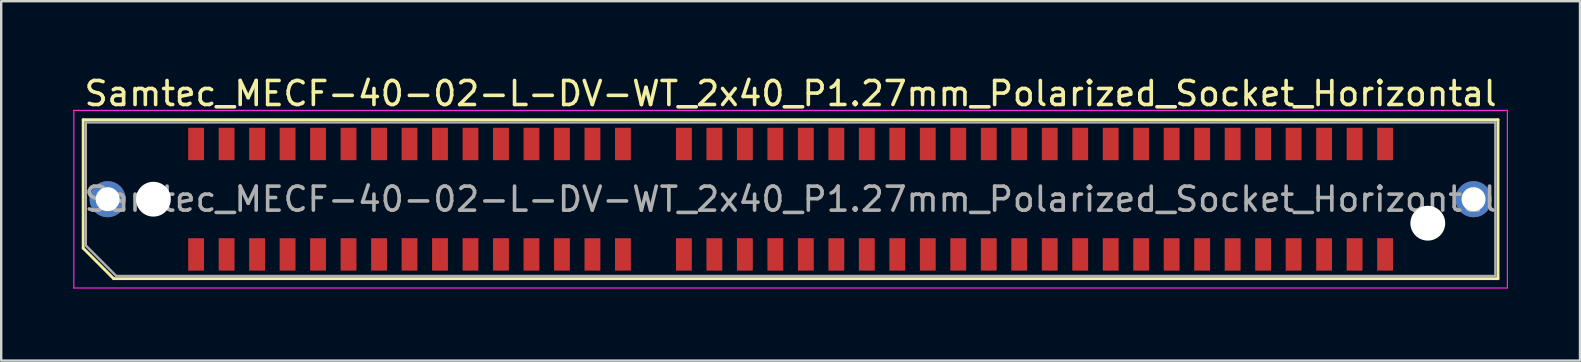
<source format=kicad_pcb>
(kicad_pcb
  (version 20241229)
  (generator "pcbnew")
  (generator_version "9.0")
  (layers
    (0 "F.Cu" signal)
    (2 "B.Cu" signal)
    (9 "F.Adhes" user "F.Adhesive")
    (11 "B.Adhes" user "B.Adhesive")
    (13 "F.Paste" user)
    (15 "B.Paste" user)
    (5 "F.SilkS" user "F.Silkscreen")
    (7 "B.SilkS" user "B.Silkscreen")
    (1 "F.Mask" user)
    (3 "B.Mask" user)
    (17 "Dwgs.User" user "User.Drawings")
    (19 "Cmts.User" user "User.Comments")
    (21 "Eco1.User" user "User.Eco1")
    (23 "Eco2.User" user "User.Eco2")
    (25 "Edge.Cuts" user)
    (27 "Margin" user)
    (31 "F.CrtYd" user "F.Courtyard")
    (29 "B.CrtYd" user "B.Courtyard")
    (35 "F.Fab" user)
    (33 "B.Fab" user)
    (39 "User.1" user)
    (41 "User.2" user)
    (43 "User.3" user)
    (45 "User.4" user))
  (footprint "Samtec_MECF-40-02-L-DV-WT_2x40_P1.27mm_Polarized_Socket_Horizontal"
    (layer "F.Cu")
    (at 29.885 5.248)
    (property "Reference" "Samtec_MECF-40-02-L-DV-WT_2x40_P1.27mm_Polarized_Socket_Horizontal" (at 0 -4.4 0) (layer "F.SilkS") (effects (font (size 1 1) (thickness 0.15))))
    (attr smd)
    (fp_line (start -29.47 -3.31) (end 29.47 -3.31) (stroke (width 0.12) (type solid)) (layer "F.SilkS"))
    (fp_line (start -29.47 2.04) (end -29.47 -3.31) (stroke (width 0.12) (type solid)) (layer "F.SilkS"))
    (fp_line (start -28.2 3.31) (end -29.47 2.04) (stroke (width 0.12) (type solid)) (layer "F.SilkS"))
    (fp_line (start -28.2 3.31) (end 29.47 3.31) (stroke (width 0.12) (type solid)) (layer "F.SilkS"))
    (fp_line (start 29.47 3.31) (end 29.47 -3.31) (stroke (width 0.12) (type solid)) (layer "F.SilkS"))
    (fp_line (start -29.86 -3.7) (end -29.86 3.7) (stroke (width 0.05) (type solid)) (layer "F.CrtYd"))
    (fp_line (start -29.86 3.7) (end 29.86 3.7) (stroke (width 0.05) (type solid)) (layer "F.CrtYd"))
    (fp_line (start 29.86 -3.7) (end -29.86 -3.7) (stroke (width 0.05) (type solid)) (layer "F.CrtYd"))
    (fp_line (start 29.86 3.7) (end 29.86 -3.7) (stroke (width 0.05) (type solid)) (layer "F.CrtYd"))
    (fp_line (start -29.36 -3.2) (end 29.36 -3.2) (stroke (width 0.1) (type solid)) (layer "F.Fab"))
    (fp_line (start -29.36 1.93) (end -29.36 -3.2) (stroke (width 0.1) (type solid)) (layer "F.Fab"))
    (fp_line (start -29.36 1.93) (end -28.09 3.2) (stroke (width 0.1) (type solid)) (layer "F.Fab"))
    (fp_line (start -28.09 3.2) (end 29.36 3.2) (stroke (width 0.1) (type solid)) (layer "F.Fab"))
    (fp_line (start 29.36 3.2) (end 29.36 -3.2) (stroke (width 0.1) (type solid)) (layer "F.Fab"))
    (fp_text user "${REFERENCE}" (at 0 0 0) (layer "F.Fab") (effects (font (size 1 1) (thickness 0.15))))
    (pad "" thru_hole circle (at -28.45 0) (size 1.5 1.5) (drill 1) (layers "*.Cu" "*.Mask"))
    (pad "" np_thru_hole circle (at -26.545 0) (size 1.45 1.45) (drill 1.45) (layers "*.Cu" "*.Mask"))
    (pad "" np_thru_hole circle (at 26.545 1) (size 1.45 1.45) (drill 1.45) (layers "*.Cu" "*.Mask"))
    (pad "" thru_hole circle (at 28.45 0) (size 1.5 1.5) (drill 1) (layers "*.Cu" "*.Mask"))
    (pad "1" smd rect (at -24.765 2.3) (size 0.66 1.35) (layers "F.Cu" "F.Mask" "F.Paste"))
    (pad "2" smd rect (at -24.765 -2.3) (size 0.66 1.35) (layers "F.Cu" "F.Mask" "F.Paste"))
    (pad "3" smd rect (at -23.495 2.3) (size 0.66 1.35) (layers "F.Cu" "F.Mask" "F.Paste"))
    (pad "4" smd rect (at -23.495 -2.3) (size 0.66 1.35) (layers "F.Cu" "F.Mask" "F.Paste"))
    (pad "5" smd rect (at -22.225 2.3) (size 0.66 1.35) (layers "F.Cu" "F.Mask" "F.Paste"))
    (pad "6" smd rect (at -22.225 -2.3) (size 0.66 1.35) (layers "F.Cu" "F.Mask" "F.Paste"))
    (pad "7" smd rect (at -20.955 2.3) (size 0.66 1.35) (layers "F.Cu" "F.Mask" "F.Paste"))
    (pad "8" smd rect (at -20.955 -2.3) (size 0.66 1.35) (layers "F.Cu" "F.Mask" "F.Paste"))
    (pad "9" smd rect (at -19.685 2.3) (size 0.66 1.35) (layers "F.Cu" "F.Mask" "F.Paste"))
    (pad "10" smd rect (at -19.685 -2.3) (size 0.66 1.35) (layers "F.Cu" "F.Mask" "F.Paste"))
    (pad "11" smd rect (at -18.415 2.3) (size 0.66 1.35) (layers "F.Cu" "F.Mask" "F.Paste"))
    (pad "12" smd rect (at -18.415 -2.3) (size 0.66 1.35) (layers "F.Cu" "F.Mask" "F.Paste"))
    (pad "13" smd rect (at -17.145 2.3) (size 0.66 1.35) (layers "F.Cu" "F.Mask" "F.Paste"))
    (pad "14" smd rect (at -17.145 -2.3) (size 0.66 1.35) (layers "F.Cu" "F.Mask" "F.Paste"))
    (pad "15" smd rect (at -15.875 2.3) (size 0.66 1.35) (layers "F.Cu" "F.Mask" "F.Paste"))
    (pad "16" smd rect (at -15.875 -2.3) (size 0.66 1.35) (layers "F.Cu" "F.Mask" "F.Paste"))
    (pad "17" smd rect (at -14.605 2.3) (size 0.66 1.35) (layers "F.Cu" "F.Mask" "F.Paste"))
    (pad "18" smd rect (at -14.605 -2.3) (size 0.66 1.35) (layers "F.Cu" "F.Mask" "F.Paste"))
    (pad "19" smd rect (at -13.335 2.3) (size 0.66 1.35) (layers "F.Cu" "F.Mask" "F.Paste"))
    (pad "20" smd rect (at -13.335 -2.3) (size 0.66 1.35) (layers "F.Cu" "F.Mask" "F.Paste"))
    (pad "21" smd rect (at -12.065 2.3) (size 0.66 1.35) (layers "F.Cu" "F.Mask" "F.Paste"))
    (pad "22" smd rect (at -12.065 -2.3) (size 0.66 1.35) (layers "F.Cu" "F.Mask" "F.Paste"))
    (pad "23" smd rect (at -10.795 2.3) (size 0.66 1.35) (layers "F.Cu" "F.Mask" "F.Paste"))
    (pad "24" smd rect (at -10.795 -2.3) (size 0.66 1.35) (layers "F.Cu" "F.Mask" "F.Paste"))
    (pad "25" smd rect (at -9.525 2.3) (size 0.66 1.35) (layers "F.Cu" "F.Mask" "F.Paste"))
    (pad "26" smd rect (at -9.525 -2.3) (size 0.66 1.35) (layers "F.Cu" "F.Mask" "F.Paste"))
    (pad "27" smd rect (at -8.255 2.3) (size 0.66 1.35) (layers "F.Cu" "F.Mask" "F.Paste"))
    (pad "28" smd rect (at -8.255 -2.3) (size 0.66 1.35) (layers "F.Cu" "F.Mask" "F.Paste"))
    (pad "29" smd rect (at -6.985 2.3) (size 0.66 1.35) (layers "F.Cu" "F.Mask" "F.Paste"))
    (pad "30" smd rect (at -6.985 -2.3) (size 0.66 1.35) (layers "F.Cu" "F.Mask" "F.Paste"))
    (pad "33" smd rect (at -4.445 2.3) (size 0.66 1.35) (layers "F.Cu" "F.Mask" "F.Paste"))
    (pad "34" smd rect (at -4.445 -2.3) (size 0.66 1.35) (layers "F.Cu" "F.Mask" "F.Paste"))
    (pad "35" smd rect (at -3.175 2.3) (size 0.66 1.35) (layers "F.Cu" "F.Mask" "F.Paste"))
    (pad "36" smd rect (at -3.175 -2.3) (size 0.66 1.35) (layers "F.Cu" "F.Mask" "F.Paste"))
    (pad "37" smd rect (at -1.905 2.3) (size 0.66 1.35) (layers "F.Cu" "F.Mask" "F.Paste"))
    (pad "38" smd rect (at -1.905 -2.3) (size 0.66 1.35) (layers "F.Cu" "F.Mask" "F.Paste"))
    (pad "39" smd rect (at -0.635 2.3) (size 0.66 1.35) (layers "F.Cu" "F.Mask" "F.Paste"))
    (pad "40" smd rect (at -0.635 -2.3) (size 0.66 1.35) (layers "F.Cu" "F.Mask" "F.Paste"))
    (pad "41" smd rect (at 0.635 2.3) (size 0.66 1.35) (layers "F.Cu" "F.Mask" "F.Paste"))
    (pad "42" smd rect (at 0.635 -2.3) (size 0.66 1.35) (layers "F.Cu" "F.Mask" "F.Paste"))
    (pad "43" smd rect (at 1.905 2.3) (size 0.66 1.35) (layers "F.Cu" "F.Mask" "F.Paste"))
    (pad "44" smd rect (at 1.905 -2.3) (size 0.66 1.35) (layers "F.Cu" "F.Mask" "F.Paste"))
    (pad "45" smd rect (at 3.175 2.3) (size 0.66 1.35) (layers "F.Cu" "F.Mask" "F.Paste"))
    (pad "46" smd rect (at 3.175 -2.3) (size 0.66 1.35) (layers "F.Cu" "F.Mask" "F.Paste"))
    (pad "47" smd rect (at 4.445 2.3) (size 0.66 1.35) (layers "F.Cu" "F.Mask" "F.Paste"))
    (pad "48" smd rect (at 4.445 -2.3) (size 0.66 1.35) (layers "F.Cu" "F.Mask" "F.Paste"))
    (pad "49" smd rect (at 5.715 2.3) (size 0.66 1.35) (layers "F.Cu" "F.Mask" "F.Paste"))
    (pad "50" smd rect (at 5.715 -2.3) (size 0.66 1.35) (layers "F.Cu" "F.Mask" "F.Paste"))
    (pad "51" smd rect (at 6.985 2.3) (size 0.66 1.35) (layers "F.Cu" "F.Mask" "F.Paste"))
    (pad "52" smd rect (at 6.985 -2.3) (size 0.66 1.35) (layers "F.Cu" "F.Mask" "F.Paste"))
    (pad "53" smd rect (at 8.255 2.3) (size 0.66 1.35) (layers "F.Cu" "F.Mask" "F.Paste"))
    (pad "54" smd rect (at 8.255 -2.3) (size 0.66 1.35) (layers "F.Cu" "F.Mask" "F.Paste"))
    (pad "55" smd rect (at 9.525 2.3) (size 0.66 1.35) (layers "F.Cu" "F.Mask" "F.Paste"))
    (pad "56" smd rect (at 9.525 -2.3) (size 0.66 1.35) (layers "F.Cu" "F.Mask" "F.Paste"))
    (pad "57" smd rect (at 10.795 2.3) (size 0.66 1.35) (layers "F.Cu" "F.Mask" "F.Paste"))
    (pad "58" smd rect (at 10.795 -2.3) (size 0.66 1.35) (layers "F.Cu" "F.Mask" "F.Paste"))
    (pad "59" smd rect (at 12.065 2.3) (size 0.66 1.35) (layers "F.Cu" "F.Mask" "F.Paste"))
    (pad "60" smd rect (at 12.065 -2.3) (size 0.66 1.35) (layers "F.Cu" "F.Mask" "F.Paste"))
    (pad "61" smd rect (at 13.335 2.3) (size 0.66 1.35) (layers "F.Cu" "F.Mask" "F.Paste"))
    (pad "62" smd rect (at 13.335 -2.3) (size 0.66 1.35) (layers "F.Cu" "F.Mask" "F.Paste"))
    (pad "63" smd rect (at 14.605 2.3) (size 0.66 1.35) (layers "F.Cu" "F.Mask" "F.Paste"))
    (pad "64" smd rect (at 14.605 -2.3) (size 0.66 1.35) (layers "F.Cu" "F.Mask" "F.Paste"))
    (pad "65" smd rect (at 15.875 2.3) (size 0.66 1.35) (layers "F.Cu" "F.Mask" "F.Paste"))
    (pad "66" smd rect (at 15.875 -2.3) (size 0.66 1.35) (layers "F.Cu" "F.Mask" "F.Paste"))
    (pad "67" smd rect (at 17.145 2.3) (size 0.66 1.35) (layers "F.Cu" "F.Mask" "F.Paste"))
    (pad "68" smd rect (at 17.145 -2.3) (size 0.66 1.35) (layers "F.Cu" "F.Mask" "F.Paste"))
    (pad "69" smd rect (at 18.415 2.3) (size 0.66 1.35) (layers "F.Cu" "F.Mask" "F.Paste"))
    (pad "70" smd rect (at 18.415 -2.3) (size 0.66 1.35) (layers "F.Cu" "F.Mask" "F.Paste"))
    (pad "71" smd rect (at 19.685 2.3) (size 0.66 1.35) (layers "F.Cu" "F.Mask" "F.Paste"))
    (pad "72" smd rect (at 19.685 -2.3) (size 0.66 1.35) (layers "F.Cu" "F.Mask" "F.Paste"))
    (pad "73" smd rect (at 20.955 2.3) (size 0.66 1.35) (layers "F.Cu" "F.Mask" "F.Paste"))
    (pad "74" smd rect (at 20.955 -2.3) (size 0.66 1.35) (layers "F.Cu" "F.Mask" "F.Paste"))
    (pad "75" smd rect (at 22.225 2.3) (size 0.66 1.35) (layers "F.Cu" "F.Mask" "F.Paste"))
    (pad "76" smd rect (at 22.225 -2.3) (size 0.66 1.35) (layers "F.Cu" "F.Mask" "F.Paste"))
    (pad "77" smd rect (at 23.495 2.3) (size 0.66 1.35) (layers "F.Cu" "F.Mask" "F.Paste"))
    (pad "78" smd rect (at 23.495 -2.3) (size 0.66 1.35) (layers "F.Cu" "F.Mask" "F.Paste"))
    (pad "79" smd rect (at 24.765 2.3) (size 0.66 1.35) (layers "F.Cu" "F.Mask" "F.Paste"))
    (pad "80" smd rect (at 24.765 -2.3) (size 0.66 1.35) (layers "F.Cu" "F.Mask" "F.Paste")))
  (gr_rect
    (start -3 -3)
    (end 62.77 11.973)
    (stroke (width 0.1) (type default))
    (fill no)
    (layer "Edge.Cuts")))
</source>
